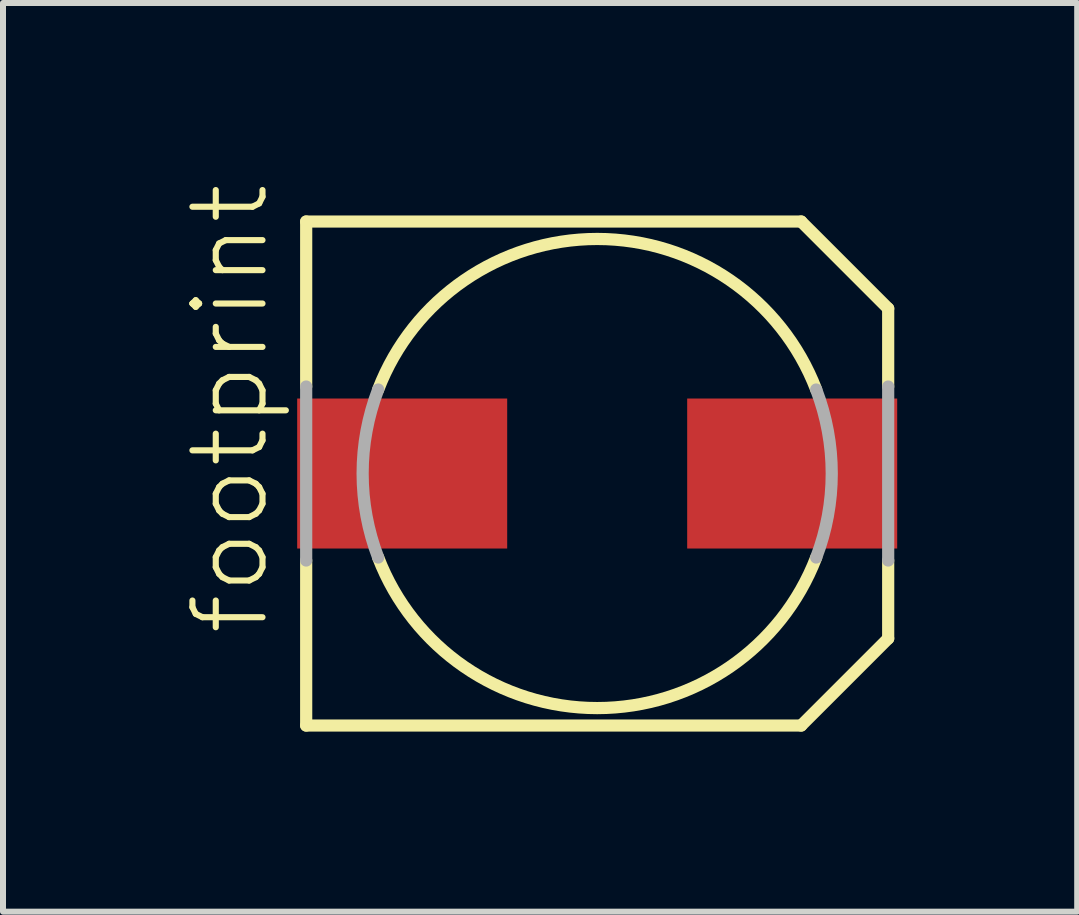
<source format=kicad_pcb>
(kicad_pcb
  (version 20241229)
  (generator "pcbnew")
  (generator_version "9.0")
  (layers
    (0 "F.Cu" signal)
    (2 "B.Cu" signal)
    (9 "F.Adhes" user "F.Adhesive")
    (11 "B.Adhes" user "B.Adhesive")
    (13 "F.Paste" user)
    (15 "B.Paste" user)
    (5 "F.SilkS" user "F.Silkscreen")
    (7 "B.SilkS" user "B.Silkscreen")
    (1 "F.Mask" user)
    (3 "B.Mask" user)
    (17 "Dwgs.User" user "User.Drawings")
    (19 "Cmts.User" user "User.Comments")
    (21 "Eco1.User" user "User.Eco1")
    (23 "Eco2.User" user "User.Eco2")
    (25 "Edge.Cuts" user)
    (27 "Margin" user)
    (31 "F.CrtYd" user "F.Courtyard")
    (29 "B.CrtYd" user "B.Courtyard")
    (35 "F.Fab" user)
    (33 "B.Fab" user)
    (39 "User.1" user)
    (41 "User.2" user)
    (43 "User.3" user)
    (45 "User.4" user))
  (footprint "footprint"
    (layer "F.Cu")
    (at 6.903 4.842)
    (property "Reference" "footprint" (at -5.43 2.74 90) (layer "F.SilkS") (effects (font (size 1.168 1.168) (thickness 0.102)) (justify left bottom)))
    (fp_line (start -4.85 -4.2) (end 3.4 -4.2) (stroke (width 0.203) (type solid)) (layer "F.SilkS"))
    (fp_line (start -4.85 -1.45) (end -4.85 -4.2) (stroke (width 0.203) (type solid)) (layer "F.SilkS"))
    (fp_line (start -4.85 4.2) (end -4.85 1.45) (stroke (width 0.203) (type solid)) (layer "F.SilkS"))
    (fp_line (start 3.4 4.2) (end -4.85 4.2) (stroke (width 0.203) (type solid)) (layer "F.SilkS"))
    (fp_line (start 4.85 -2.75) (end 3.4 -4.2) (stroke (width 0.203) (type solid)) (layer "F.SilkS"))
    (fp_line (start 4.85 -2.75) (end 4.85 -1.45) (stroke (width 0.203) (type solid)) (layer "F.SilkS"))
    (fp_line (start 4.85 1.45) (end 4.85 2.75) (stroke (width 0.203) (type solid)) (layer "F.SilkS"))
    (fp_line (start 4.85 2.75) (end 3.4 4.2) (stroke (width 0.203) (type solid)) (layer "F.SilkS"))
    (fp_arc (start -3.65 -1.4) (mid 0 -3.909284) (end 3.65 -1.4) (stroke (width 0.2032) (type solid)) (layer "F.SilkS"))
    (fp_arc (start 3.65 1.4) (mid 0 3.909284) (end -3.65 1.4) (stroke (width 0.2032) (type solid)) (layer "F.SilkS"))
    (fp_line (start -4.85 1.45) (end -4.85 -1.45) (stroke (width 0.203) (type solid)) (layer "F.Fab"))
    (fp_line (start 4.85 -1.45) (end 4.85 1.45) (stroke (width 0.203) (type solid)) (layer "F.Fab"))
    (fp_arc (start -3.65 1.4) (mid -3.909284 0) (end -3.65 -1.4) (stroke (width 0.2032) (type solid)) (layer "F.Fab"))
    (fp_arc (start 3.65 -1.4) (mid 3.909284 0) (end 3.65 1.4) (stroke (width 0.2032) (type solid)) (layer "F.Fab"))
    (pad "+" smd rect (at 3.25 0) (size 3.5 2.5) (layers "F.Cu" "F.Mask" "F.Paste"))
    (pad "-" smd rect (at -3.25 0) (size 3.5 2.5) (layers "F.Cu" "F.Mask" "F.Paste")))
  (gr_rect
    (start -3 -3)
    (end 14.903 12.144)
    (stroke (width 0.1) (type default))
    (fill no)
    (layer "Edge.Cuts")))
</source>
